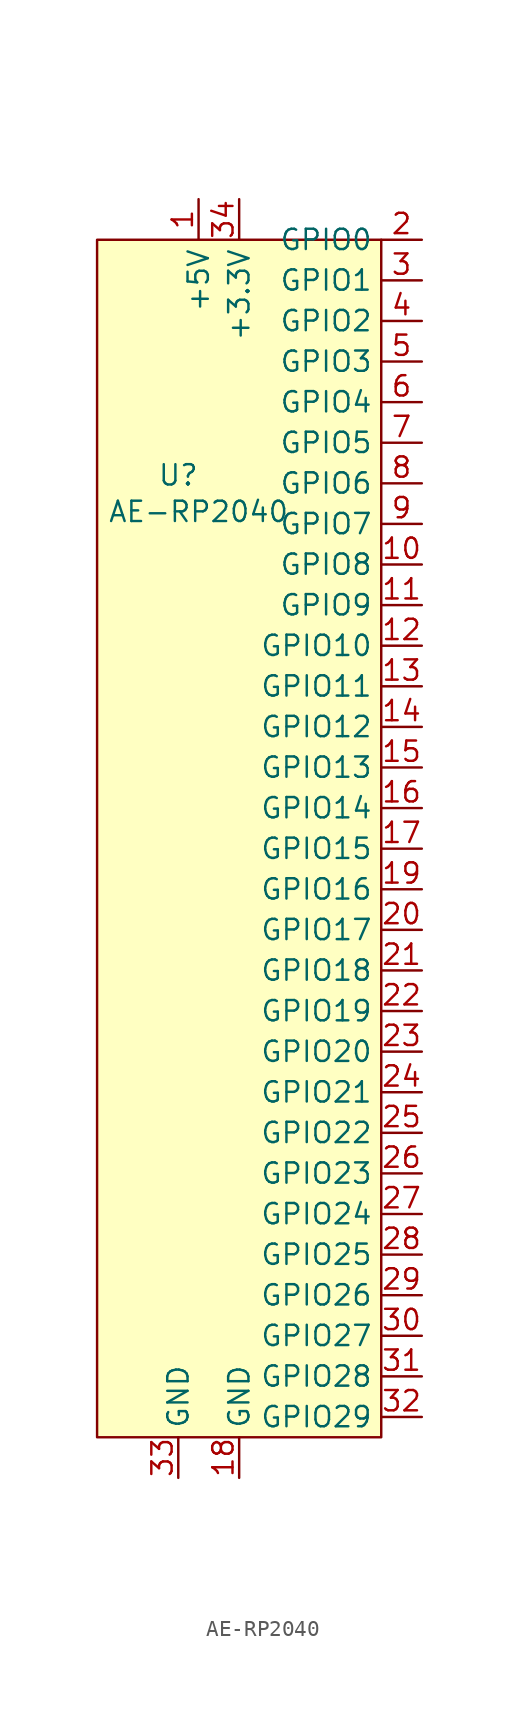
<source format=kicad_sym>
(kicad_symbol_lib
  (version 20241209)
  (generator "kicad_symbol_editor")
  (generator_version "9.0")
  (symbol "AE-RP2040"
    (property "Reference" "U"
      (at -12.7 19.558 0)
      (effects (font (size 1.27 1.27))))
    (property "Value" "AE-RP2040"
      (at -11.43 17.272 0)
      (effects (font (size 1.27 1.27))))
    (symbol "AE-RP2040_0_0"
      (pin power_in line (at -12.7 -43.18 90) (length 2.54) (name "GND" (effects (font (size 1.27 1.27)))) (number "33" (effects (font (size 1.27 1.27)))))
      (pin power_in line (at -11.43 36.83 270) (length 2.54) (name "+5V" (effects (font (size 1.27 1.27)))) (number "1" (effects (font (size 1.27 1.27)))))
      (pin power_in line (at -8.89 -43.18 90) (length 2.54) (name "GND" (effects (font (size 1.27 1.27)))) (number "18" (effects (font (size 1.27 1.27)))))
      (pin bidirectional line (at 2.54 34.29 180) (length 2.54) (name "GPIO0" (effects (font (size 1.27 1.27)))) (number "2" (effects (font (size 1.27 1.27)))))
      (pin bidirectional line (at 2.54 31.75 180) (length 2.54) (name "GPIO1" (effects (font (size 1.27 1.27)))) (number "3" (effects (font (size 1.27 1.27)))))
      (pin bidirectional line (at 2.54 29.21 180) (length 2.54) (name "GPIO2" (effects (font (size 1.27 1.27)))) (number "4" (effects (font (size 1.27 1.27)))))
      (pin bidirectional line (at 2.54 26.67 180) (length 2.54) (name "GPIO3" (effects (font (size 1.27 1.27)))) (number "5" (effects (font (size 1.27 1.27)))))
      (pin bidirectional line (at 2.54 24.13 180) (length 2.54) (name "GPIO4" (effects (font (size 1.27 1.27)))) (number "6" (effects (font (size 1.27 1.27)))))
      (pin bidirectional line (at 2.54 21.59 180) (length 2.54) (name "GPIO5" (effects (font (size 1.27 1.27)))) (number "7" (effects (font (size 1.27 1.27)))))
      (pin bidirectional line (at 2.54 19.05 180) (length 2.54) (name "GPIO6" (effects (font (size 1.27 1.27)))) (number "8" (effects (font (size 1.27 1.27)))))
      (pin bidirectional line (at 2.54 16.51 180) (length 2.54) (name "GPIO7" (effects (font (size 1.27 1.27)))) (number "9" (effects (font (size 1.27 1.27)))))
      (pin bidirectional line (at 2.54 13.97 180) (length 2.54) (name "GPIO8" (effects (font (size 1.27 1.27)))) (number "10" (effects (font (size 1.27 1.27)))))
      (pin bidirectional line (at 2.54 11.43 180) (length 2.54) (name "GPIO9" (effects (font (size 1.27 1.27)))) (number "11" (effects (font (size 1.27 1.27)))))
      (pin bidirectional line (at 2.54 8.89 180) (length 2.54) (name "GPIO10" (effects (font (size 1.27 1.27)))) (number "12" (effects (font (size 1.27 1.27)))))
      (pin bidirectional line (at 2.54 6.35 180) (length 2.54) (name "GPIO11" (effects (font (size 1.27 1.27)))) (number "13" (effects (font (size 1.27 1.27)))))
      (pin bidirectional line (at 2.54 3.81 180) (length 2.54) (name "GPIO12" (effects (font (size 1.27 1.27)))) (number "14" (effects (font (size 1.27 1.27)))))
      (pin bidirectional line (at 2.54 1.27 180) (length 2.54) (name "GPIO13" (effects (font (size 1.27 1.27)))) (number "15" (effects (font (size 1.27 1.27)))))
      (pin bidirectional line (at 2.54 -1.27 180) (length 2.54) (name "GPIO14" (effects (font (size 1.27 1.27)))) (number "16" (effects (font (size 1.27 1.27)))))
      (pin bidirectional line (at 2.54 -3.81 180) (length 2.54) (name "GPIO15" (effects (font (size 1.27 1.27)))) (number "17" (effects (font (size 1.27 1.27)))))
      (pin bidirectional line (at 2.54 -6.35 180) (length 2.54) (name "GPIO16" (effects (font (size 1.27 1.27)))) (number "19" (effects (font (size 1.27 1.27)))))
      (pin bidirectional line (at 2.54 -8.89 180) (length 2.54) (name "GPIO17" (effects (font (size 1.27 1.27)))) (number "20" (effects (font (size 1.27 1.27)))))
      (pin bidirectional line (at 2.54 -11.43 180) (length 2.54) (name "GPIO18" (effects (font (size 1.27 1.27)))) (number "21" (effects (font (size 1.27 1.27)))))
      (pin bidirectional line (at 2.54 -13.97 180) (length 2.54) (name "GPIO19" (effects (font (size 1.27 1.27)))) (number "22" (effects (font (size 1.27 1.27)))))
      (pin bidirectional line (at 2.54 -16.51 180) (length 2.54) (name "GPIO20" (effects (font (size 1.27 1.27)))) (number "23" (effects (font (size 1.27 1.27)))))
      (pin bidirectional line (at 2.54 -19.05 180) (length 2.54) (name "GPIO21" (effects (font (size 1.27 1.27)))) (number "24" (effects (font (size 1.27 1.27)))))
      (pin bidirectional line (at 2.54 -21.59 180) (length 2.54) (name "GPIO22" (effects (font (size 1.27 1.27)))) (number "25" (effects (font (size 1.27 1.27)))))
      (pin bidirectional line (at 2.54 -24.13 180) (length 2.54) (name "GPIO23" (effects (font (size 1.27 1.27)))) (number "26" (effects (font (size 1.27 1.27)))))
      (pin bidirectional line (at 2.54 -26.67 180) (length 2.54) (name "GPIO24" (effects (font (size 1.27 1.27)))) (number "27" (effects (font (size 1.27 1.27)))))
      (pin bidirectional line (at 2.54 -29.21 180) (length 2.54) (name "GPIO25" (effects (font (size 1.27 1.27)))) (number "28" (effects (font (size 1.27 1.27)))))
      (pin bidirectional line (at 2.54 -31.75 180) (length 2.54) (name "GPIO26" (effects (font (size 1.27 1.27)))) (number "29" (effects (font (size 1.27 1.27)))))
      (pin bidirectional line (at 2.54 -34.29 180) (length 2.54) (name "GPIO27" (effects (font (size 1.27 1.27)))) (number "30" (effects (font (size 1.27 1.27)))))
      (pin bidirectional line (at 2.54 -36.83 180) (length 2.54) (name "GPIO28" (effects (font (size 1.27 1.27)))) (number "31" (effects (font (size 1.27 1.27)))))
      (pin bidirectional line (at 2.54 -39.37 180) (length 2.54) (name "GPIO29" (effects (font (size 1.27 1.27)))) (number "32" (effects (font (size 1.27 1.27))))))
    (symbol "AE-RP2040_1_0"
      (pin power_in line (at -8.89 36.83 270) (length 2.54) (name "+3.3V" (effects (font (size 1.27 1.27)))) (number "34" (effects (font (size 1.27 1.27))))))
    (symbol "AE-RP2040_1_1"
      (rectangle (start -17.78 34.29) (end 0 -40.64) (stroke (width 0) (type solid)) (fill (type background))))))
</source>
